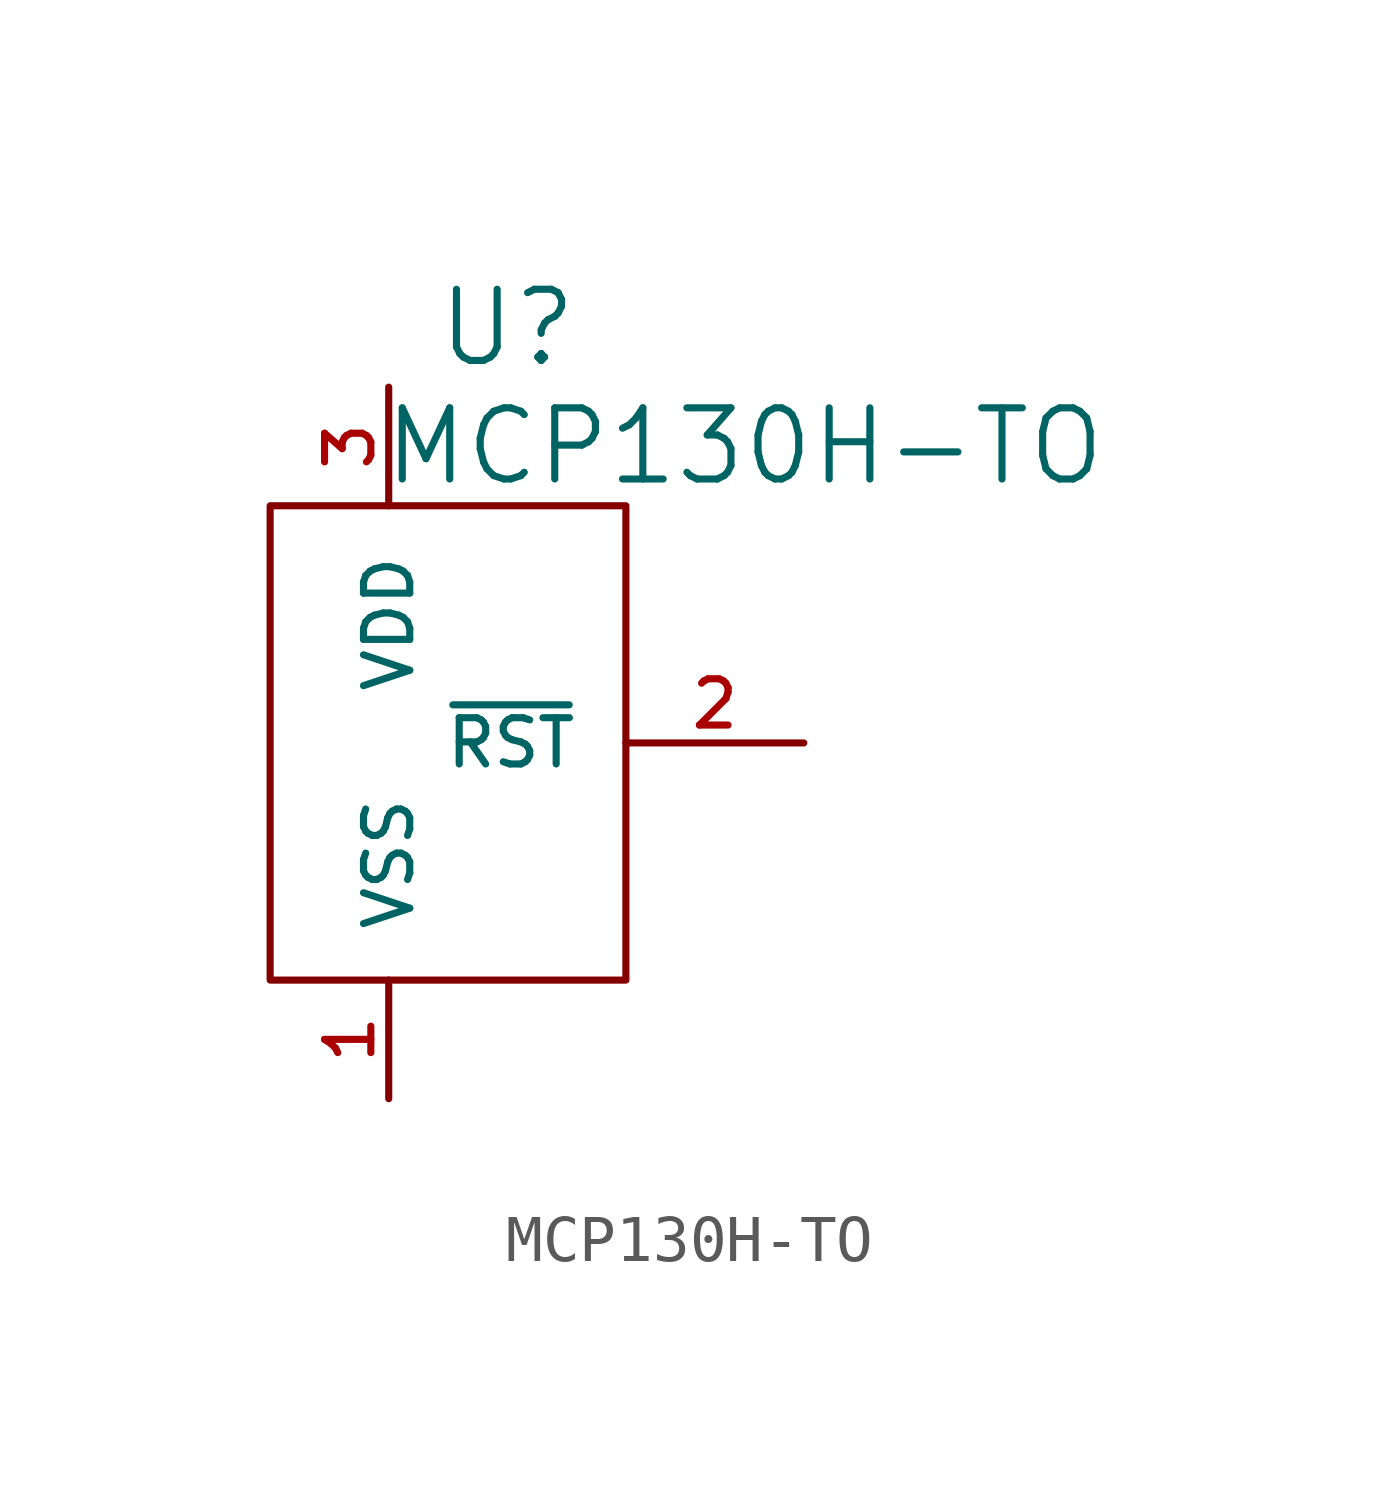
<source format=kicad_sym>
(kicad_symbol_lib
  (version 20220914)
  (generator kicad_symbol_editor)
  (symbol "MCP130H-TO"
    (pin_names
      (offset 1.016))
    (property "Reference" "U"
      (at 1.27 8.89 0)
      (effects (font (size 1.524 1.524))))
    (property "Value" "MCP130H-TO"
      (at 6.35 6.35 0)
      (effects (font (size 1.524 1.524))))
    (property "Footprint" ""
      (at 0 0 0)
      (effects (font (size 1.524 1.524))))
    (property "Datasheet" ""
      (at 0 0 0)
      (effects (font (size 1.524 1.524))))
    (symbol "MCP130H-TO_0_1"
      (rectangle (start -3.81 5.08) (end 3.81 -5.08) (stroke (width 0) (type solid)) (fill (type none))))
    (symbol "MCP130H-TO_1_1"
      (pin passive line (at -1.27 -7.62 90) (length 2.54) (name "VSS" (effects (font (size 0.991 0.991)))) (number "1" (effects (font (size 0.991 0.991)))))
      (pin passive line (at 7.62 0 180) (length 3.81) (name "~{RST}" (effects (font (size 0.991 0.991)))) (number "2" (effects (font (size 0.991 0.991)))))
      (pin bidirectional line (at -1.27 7.62 270) (length 2.54) (name "VDD" (effects (font (size 0.991 0.991)))) (number "3" (effects (font (size 0.991 0.991))))))))
</source>
